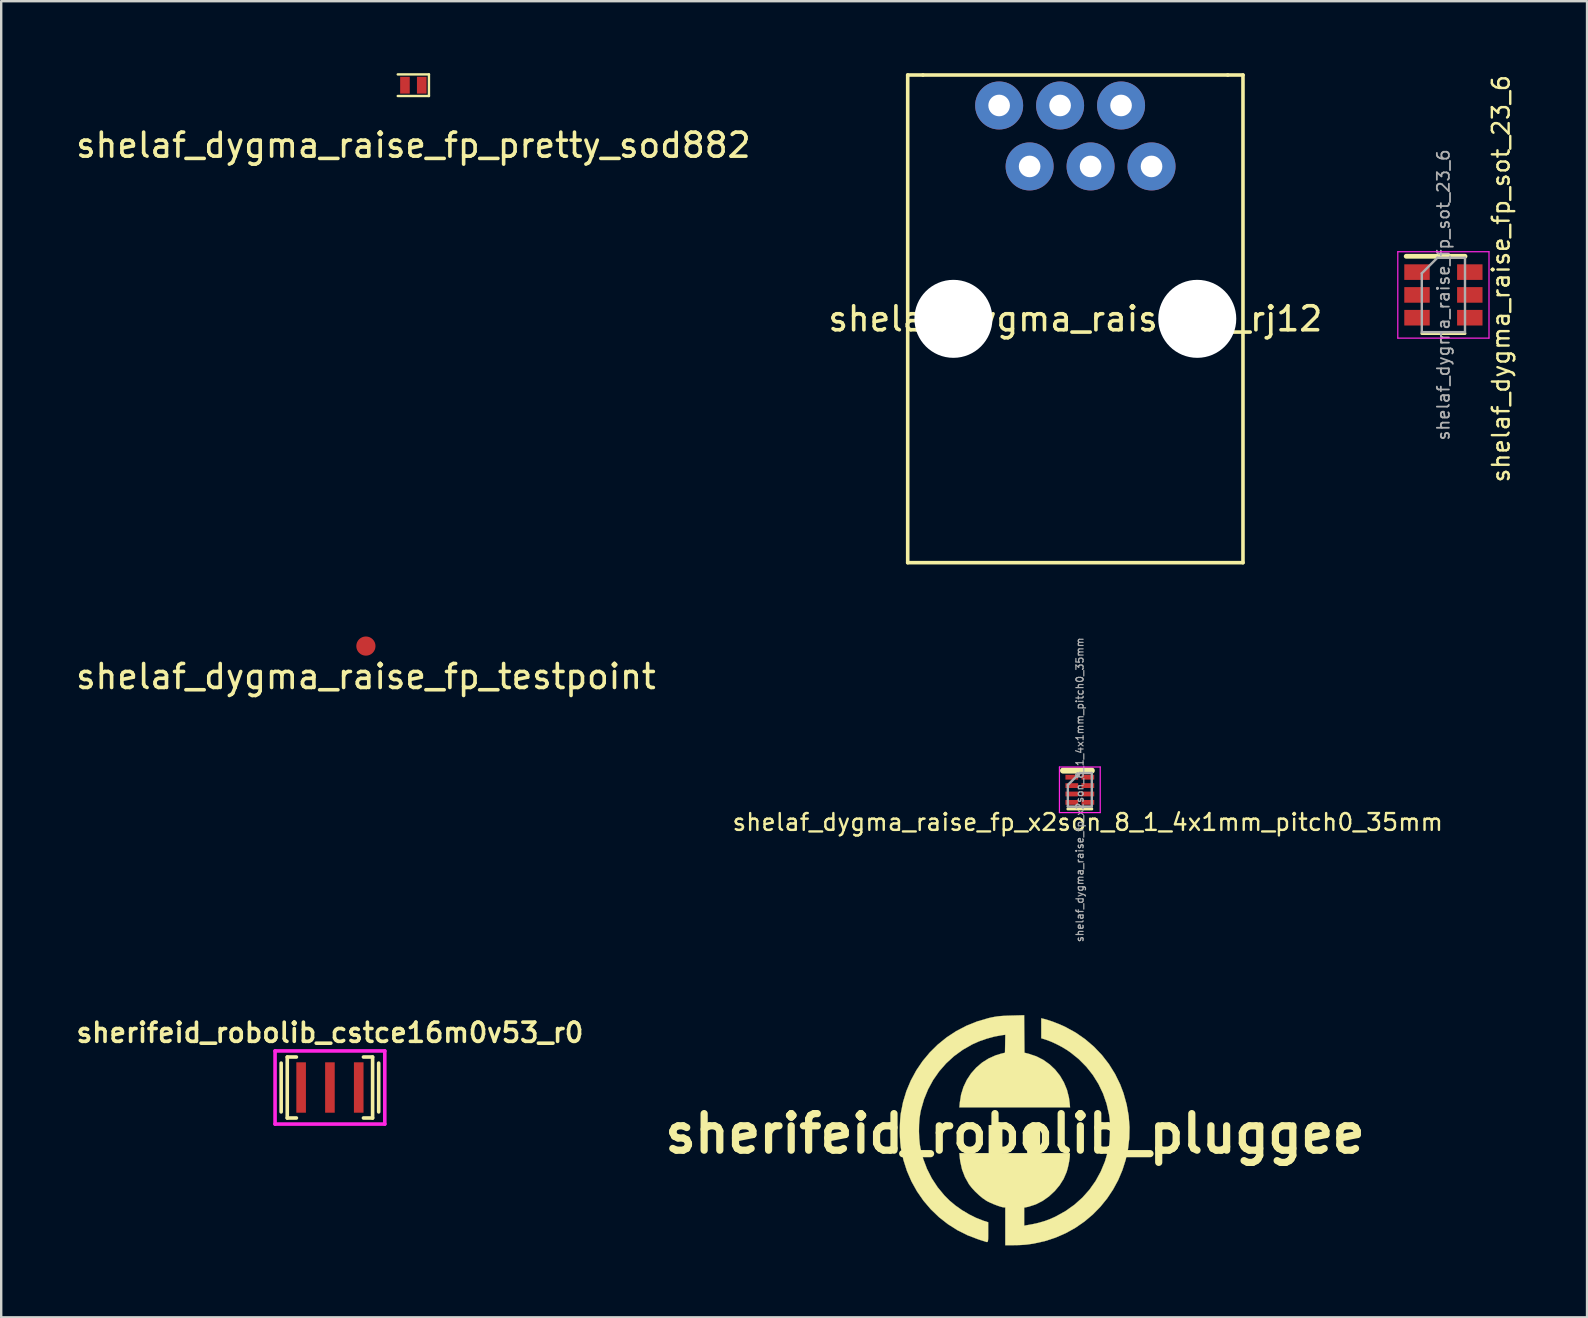
<source format=kicad_pcb>
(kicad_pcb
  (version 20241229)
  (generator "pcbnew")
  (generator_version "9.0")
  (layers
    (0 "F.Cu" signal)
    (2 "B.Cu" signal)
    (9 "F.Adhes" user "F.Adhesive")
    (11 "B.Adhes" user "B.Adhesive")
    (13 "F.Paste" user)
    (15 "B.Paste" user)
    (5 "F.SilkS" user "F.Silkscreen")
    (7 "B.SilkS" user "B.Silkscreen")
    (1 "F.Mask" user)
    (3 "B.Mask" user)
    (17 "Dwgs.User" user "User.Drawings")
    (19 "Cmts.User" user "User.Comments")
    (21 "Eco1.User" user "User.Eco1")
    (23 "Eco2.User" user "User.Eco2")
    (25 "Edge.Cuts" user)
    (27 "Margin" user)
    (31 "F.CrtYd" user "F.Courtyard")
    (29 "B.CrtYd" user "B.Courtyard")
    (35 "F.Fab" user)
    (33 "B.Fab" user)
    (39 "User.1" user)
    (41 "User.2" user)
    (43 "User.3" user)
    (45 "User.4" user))
  (footprint "sherifeid_robolib_cstce16m0v53_r0"
    (layer "F.Cu")
    (at 10.697 42.263)
    (property "Reference" "sherifeid_robolib_cstce16m0v53_r0" (at 0 -2.286 0) (layer "F.SilkS") (effects (font (size 0.8 0.8) (thickness 0.15))))
    (attr smd)
    (fp_line (start -2.032 -1.016) (end -2.032 1.016) (stroke (width 0.15) (type solid)) (layer "F.SilkS"))
    (fp_line (start -1.778 -1.27) (end -1.397 -1.27) (stroke (width 0.15) (type solid)) (layer "F.SilkS"))
    (fp_line (start -1.778 1.27) (end -1.778 -1.27) (stroke (width 0.15) (type solid)) (layer "F.SilkS"))
    (fp_line (start -1.397 1.27) (end -1.778 1.27) (stroke (width 0.15) (type solid)) (layer "F.SilkS"))
    (fp_line (start 1.397 -1.27) (end 1.778 -1.27) (stroke (width 0.15) (type solid)) (layer "F.SilkS"))
    (fp_line (start 1.778 -1.27) (end 1.778 1.27) (stroke (width 0.15) (type solid)) (layer "F.SilkS"))
    (fp_line (start 1.778 1.27) (end 1.397 1.27) (stroke (width 0.15) (type solid)) (layer "F.SilkS"))
    (fp_line (start 2.032 -1.016) (end 2.032 1.016) (stroke (width 0.15) (type solid)) (layer "F.SilkS"))
    (fp_line (start -2.286 -1.524) (end -2.286 1.524) (stroke (width 0.15) (type solid)) (layer "F.CrtYd"))
    (fp_line (start -2.286 1.524) (end 2.286 1.524) (stroke (width 0.15) (type solid)) (layer "F.CrtYd"))
    (fp_line (start 2.286 -1.524) (end -2.286 -1.524) (stroke (width 0.15) (type solid)) (layer "F.CrtYd"))
    (fp_line (start 2.286 1.524) (end 2.286 -1.524) (stroke (width 0.15) (type solid)) (layer "F.CrtYd"))
    (pad "1" smd rect (at -1.2 0) (size 0.4 2.1) (layers "F.Cu" "F.Mask" "F.Paste"))
    (pad "2" smd rect (at 0 0) (size 0.4 2.1) (layers "F.Cu" "F.Mask" "F.Paste"))
    (pad "3" smd rect (at 1.2 0) (size 0.4 2.1) (layers "F.Cu" "F.Mask" "F.Paste")))
  (footprint "sherifeid_robolib_pluggee"
    (layer "F.Cu")
    (at 39.243 44.185)
    (property "Reference" "sherifeid_robolib_pluggee" (at 0 0 0) (layer "F.SilkS") (effects (font (size 1.524 1.524) (thickness 0.3))))
    (attr through_hole)
    (fp_poly (pts (xy 0.387 -4.153) (xy 0.394 -3.372) (xy 0.576 -3.326) (xy 0.888 -3.221) (xy 1.177 -3.074) (xy 1.44 -2.887) (xy 1.673 -2.666) (xy 1.874 -2.413) (xy 2.038 -2.132) (xy 2.163 -1.829) (xy 2.246 -1.505) (xy 2.275 -1.289) (xy 2.293 -1.092) (xy -2.318 -1.092) (xy -2.3 -1.298) (xy -2.247 -1.63) (xy -2.149 -1.944) (xy -2.009 -2.239) (xy -1.831 -2.509) (xy -1.618 -2.75) (xy -1.373 -2.96) (xy -1.1 -3.132) (xy -0.802 -3.265) (xy -0.601 -3.326) (xy -0.419 -3.372) (xy -0.405 -4.12) (xy -0.539 -4.103) (xy -0.853 -4.046) (xy -1.181 -3.957) (xy -1.505 -3.843) (xy -1.791 -3.715) (xy -2.183 -3.49) (xy -2.543 -3.227) (xy -2.869 -2.929) (xy -3.159 -2.597) (xy -3.411 -2.236) (xy -3.623 -1.846) (xy -3.792 -1.433) (xy -3.917 -0.997) (xy -3.942 -0.882) (xy -3.978 -0.646) (xy -3.998 -0.378) (xy -4.003 -0.096) (xy -3.993 0.183) (xy -3.968 0.443) (xy -3.942 0.603) (xy -3.829 1.043) (xy -3.67 1.464) (xy -3.468 1.863) (xy -3.224 2.235) (xy -2.94 2.578) (xy -2.736 2.783) (xy -2.492 2.988) (xy -2.217 3.183) (xy -1.923 3.359) (xy -1.625 3.508) (xy -1.337 3.622) (xy -1.302 3.634) (xy -1.118 3.693) (xy -1.118 4.107) (xy -1.118 4.264) (xy -1.12 4.377) (xy -1.126 4.452) (xy -1.136 4.496) (xy -1.153 4.515) (xy -1.177 4.517) (xy -1.206 4.509) (xy -1.239 4.498) (xy -1.31 4.475) (xy -1.409 4.444) (xy -1.524 4.407) (xy -1.975 4.236) (xy -2.401 4.023) (xy -2.801 3.769) (xy -3.171 3.478) (xy -3.51 3.152) (xy -3.815 2.794) (xy -4.083 2.407) (xy -4.314 1.994) (xy -4.503 1.557) (xy -4.65 1.099) (xy -4.751 0.623) (xy -4.761 0.556) (xy -4.782 0.365) (xy -4.795 0.14) (xy -4.8 -0.103) (xy -4.797 -0.348) (xy -4.786 -0.58) (xy -4.768 -0.783) (xy -4.761 -0.835) (xy -4.666 -1.315) (xy -4.526 -1.776) (xy -4.341 -2.216) (xy -4.116 -2.632) (xy -3.852 -3.022) (xy -3.551 -3.383) (xy -3.217 -3.713) (xy -2.85 -4.01) (xy -2.453 -4.271) (xy -2.03 -4.493) (xy -1.581 -4.674) (xy -1.11 -4.812) (xy -0.979 -4.842) (xy -0.854 -4.866) (xy -0.735 -4.885) (xy -0.609 -4.898) (xy -0.465 -4.908) (xy -0.29 -4.916) (xy -0.146 -4.92) (xy 0.38 -4.934) (xy 0.387 -4.153)) (stroke (width 0.01) (type solid)) (fill yes) (layer "F.SilkS"))
    (fp_poly (pts (xy 1.175 -4.788) (xy 1.3 -4.755) (xy 1.457 -4.705) (xy 1.633 -4.642) (xy 1.815 -4.571) (xy 1.99 -4.496) (xy 2.097 -4.446) (xy 2.525 -4.211) (xy 2.923 -3.935) (xy 3.288 -3.623) (xy 3.619 -3.276) (xy 3.913 -2.897) (xy 4.167 -2.489) (xy 4.38 -2.055) (xy 4.519 -1.688) (xy 4.651 -1.214) (xy 4.735 -0.741) (xy 4.771 -0.272) (xy 4.761 0.192) (xy 4.707 0.647) (xy 4.611 1.091) (xy 4.474 1.521) (xy 4.299 1.935) (xy 4.085 2.329) (xy 3.837 2.702) (xy 3.554 3.05) (xy 3.239 3.371) (xy 2.893 3.663) (xy 2.518 3.922) (xy 2.116 4.146) (xy 1.688 4.333) (xy 1.237 4.48) (xy 0.763 4.584) (xy 0.495 4.622) (xy 0.376 4.632) (xy 0.227 4.641) (xy 0.067 4.646) (xy -0.07 4.648) (xy -0.406 4.648) (xy -0.406 3.073) (xy -0.464 3.073) (xy -0.532 3.062) (xy -0.633 3.034) (xy -0.756 2.991) (xy -0.889 2.94) (xy -1.019 2.884) (xy -1.134 2.829) (xy -1.197 2.794) (xy -1.343 2.694) (xy -1.501 2.563) (xy -1.658 2.415) (xy -1.799 2.262) (xy -1.911 2.119) (xy -1.92 2.105) (xy -2.086 1.81) (xy -2.207 1.494) (xy -2.283 1.156) (xy -2.302 0.998) (xy -2.318 0.813) (xy -1.092 0.813) (xy -1.092 -0.356) (xy -0.533 -0.356) (xy -0.533 0.813) (xy 0.508 0.813) (xy 0.508 -0.356) (xy 1.041 -0.356) (xy 1.041 0.813) (xy 2.286 0.813) (xy 2.286 0.898) (xy 2.279 1.002) (xy 2.259 1.138) (xy 2.23 1.289) (xy 2.195 1.439) (xy 2.157 1.572) (xy 2.145 1.608) (xy 2.023 1.889) (xy 1.856 2.153) (xy 1.655 2.392) (xy 1.409 2.62) (xy 1.144 2.806) (xy 0.864 2.948) (xy 0.575 3.042) (xy 0.527 3.053) (xy 0.381 3.084) (xy 0.381 3.834) (xy 0.451 3.823) (xy 0.738 3.771) (xy 0.988 3.715) (xy 1.212 3.65) (xy 1.426 3.573) (xy 1.64 3.479) (xy 1.714 3.443) (xy 2.113 3.22) (xy 2.478 2.96) (xy 2.808 2.664) (xy 3.101 2.335) (xy 3.356 1.974) (xy 3.571 1.582) (xy 3.745 1.163) (xy 3.878 0.716) (xy 3.888 0.673) (xy 3.911 0.553) (xy 3.929 0.417) (xy 3.942 0.254) (xy 3.952 0.055) (xy 3.954 -0.025) (xy 3.959 -0.207) (xy 3.96 -0.352) (xy 3.956 -0.473) (xy 3.947 -0.582) (xy 3.933 -0.694) (xy 3.915 -0.81) (xy 3.814 -1.249) (xy 3.668 -1.67) (xy 3.477 -2.068) (xy 3.244 -2.442) (xy 2.971 -2.787) (xy 2.659 -3.102) (xy 2.311 -3.383) (xy 2.153 -3.491) (xy 1.945 -3.616) (xy 1.72 -3.733) (xy 1.497 -3.835) (xy 1.292 -3.912) (xy 1.277 -3.917) (xy 1.093 -3.975) (xy 1.093 -4.39) (xy 1.092 -4.805) (xy 1.175 -4.788)) (stroke (width 0.01) (type solid)) (fill yes) (layer "F.SilkS")))
  (footprint "shelaf_dygma_raise_fp_pretty_sod882"
    (layer "F.Cu")
    (at 14.173 0.5)
    (property "Reference" "shelaf_dygma_raise_fp_pretty_sod882" (at 0 2.5 0) (layer "F.SilkS") (effects (font (size 1 1) (thickness 0.15))))
    (attr through_hole)
    (fp_line (start -0.65 -0.45) (end 0.65 -0.45) (stroke (width 0.1) (type solid)) (layer "F.SilkS"))
    (fp_line (start 0.65 -0.45) (end 0.65 0.45) (stroke (width 0.1) (type solid)) (layer "F.SilkS"))
    (fp_line (start 0.65 0.45) (end -0.65 0.45) (stroke (width 0.1) (type solid)) (layer "F.SilkS"))
    (pad "1" smd rect (at -0.35 0) (size 0.4 0.7) (layers "F.Cu" "F.Mask" "F.Paste"))
    (pad "2" smd rect (at 0.35 0) (size 0.4 0.7) (layers "F.Cu" "F.Mask" "F.Paste")))
  (footprint "shelaf_dygma_raise_fp_testpoint"
    (layer "F.Cu")
    (at 12.196 23.87)
    (property "Reference" "shelaf_dygma_raise_fp_testpoint" (at 0 1.27 0) (layer "F.SilkS") (effects (font (size 1 1) (thickness 0.15))))
    (attr through_hole)
    (pad "1" smd circle (at 0 0) (size 0.8 0.8) (layers "F.Cu" "F.Mask")))
  (footprint "shelaf_dygma_raise_fp_x2son_8_1_4x1mm_pitch0_35mm"
    (layer "F.Cu")
    (at 41.943 29.858)
    (property "Reference" "shelaf_dygma_raise_fp_x2son_8_1_4x1mm_pitch0_35mm" (at 0.33 1.35 180) (layer "F.SilkS") (effects (font (size 0.7 0.7) (thickness 0.1))))
    (attr smd)
    (fp_line (start 0.5 -0.8) (end -0.7 -0.8) (stroke (width 0.25) (type solid)) (layer "F.SilkS"))
    (fp_line (start 0.5 0.8) (end -0.5 0.8) (stroke (width 0.12) (type solid)) (layer "F.SilkS"))
    (fp_line (start -0.85 -0.95) (end 0.85 -0.95) (stroke (width 0.05) (type solid)) (layer "F.CrtYd"))
    (fp_line (start -0.85 0.95) (end -0.85 -0.95) (stroke (width 0.05) (type solid)) (layer "F.CrtYd"))
    (fp_line (start 0.85 -0.95) (end 0.85 0.95) (stroke (width 0.05) (type solid)) (layer "F.CrtYd"))
    (fp_line (start 0.85 0.95) (end -0.85 0.95) (stroke (width 0.05) (type solid)) (layer "F.CrtYd"))
    (fp_line (start -0.5 0.7) (end -0.5 -0.2) (stroke (width 0.1) (type solid)) (layer "F.Fab"))
    (fp_line (start 0 -0.7) (end -0.5 -0.2) (stroke (width 0.1) (type solid)) (layer "F.Fab"))
    (fp_line (start 0 -0.7) (end 0.5 -0.7) (stroke (width 0.1) (type solid)) (layer "F.Fab"))
    (fp_line (start 0.5 -0.7) (end 0.5 0.7) (stroke (width 0.1) (type solid)) (layer "F.Fab"))
    (fp_line (start 0.5 0.7) (end -0.5 0.7) (stroke (width 0.1) (type solid)) (layer "F.Fab"))
    (fp_text user "${REFERENCE}" (at 0 0 90) (layer "F.Fab") (effects (font (size 0.3 0.3) (thickness 0.05))))
    (pad "1" smd rect (at -0.335 -0.525 270) (size 0.2 0.53) (layers "F.Cu" "F.Mask" "F.Paste"))
    (pad "2" smd rect (at -0.335 -0.175 270) (size 0.2 0.53) (layers "F.Cu" "F.Mask" "F.Paste"))
    (pad "3" smd rect (at -0.335 0.175 270) (size 0.2 0.53) (layers "F.Cu" "F.Mask" "F.Paste"))
    (pad "4" smd rect (at -0.335 0.525 270) (size 0.2 0.53) (layers "F.Cu" "F.Mask" "F.Paste"))
    (pad "5" smd rect (at 0.335 0.525 270) (size 0.2 0.53) (layers "F.Cu" "F.Mask" "F.Paste"))
    (pad "6" smd rect (at 0.335 0.175 270) (size 0.2 0.53) (layers "F.Cu" "F.Mask" "F.Paste"))
    (pad "7" smd rect (at 0.335 -0.175 270) (size 0.2 0.53) (layers "F.Cu" "F.Mask" "F.Paste"))
    (pad "8" smd rect (at 0.335 -0.525 270) (size 0.2 0.53) (layers "F.Cu" "F.Mask" "F.Paste")))
  (footprint "shelaf_dygma_raise_fp_sot_23_6"
    (layer "F.Cu")
    (at 57.092 9.238)
    (property "Reference" "shelaf_dygma_raise_fp_sot_23_6" (at 2.4 -0.675 270) (layer "F.SilkS") (effects (font (size 0.7 0.7) (thickness 0.1))))
    (attr smd)
    (fp_line (start -0.9 1.61) (end 0.9 1.61) (stroke (width 0.12) (type solid)) (layer "F.SilkS"))
    (fp_line (start 0.9 -1.61) (end -1.55 -1.61) (stroke (width 0.2) (type solid)) (layer "F.SilkS"))
    (fp_line (start -1.9 -1.8) (end -1.9 1.8) (stroke (width 0.05) (type solid)) (layer "F.CrtYd"))
    (fp_line (start -1.9 1.8) (end 1.9 1.8) (stroke (width 0.05) (type solid)) (layer "F.CrtYd"))
    (fp_line (start 1.9 -1.8) (end -1.9 -1.8) (stroke (width 0.05) (type solid)) (layer "F.CrtYd"))
    (fp_line (start 1.9 1.8) (end 1.9 -1.8) (stroke (width 0.05) (type solid)) (layer "F.CrtYd"))
    (fp_line (start -0.9 -0.9) (end -0.9 1.55) (stroke (width 0.1) (type solid)) (layer "F.Fab"))
    (fp_line (start -0.9 -0.9) (end -0.25 -1.55) (stroke (width 0.1) (type solid)) (layer "F.Fab"))
    (fp_line (start 0.9 -1.55) (end -0.25 -1.55) (stroke (width 0.1) (type solid)) (layer "F.Fab"))
    (fp_line (start 0.9 -1.55) (end 0.9 1.55) (stroke (width 0.1) (type solid)) (layer "F.Fab"))
    (fp_line (start 0.9 1.55) (end -0.9 1.55) (stroke (width 0.1) (type solid)) (layer "F.Fab"))
    (fp_text user "${REFERENCE}" (at 0 0 90) (layer "F.Fab") (effects (font (size 0.5 0.5) (thickness 0.075))))
    (pad "1" smd rect (at -1.1 -0.95) (size 1.06 0.65) (layers "F.Cu" "F.Mask" "F.Paste"))
    (pad "2" smd rect (at -1.1 0) (size 1.06 0.65) (layers "F.Cu" "F.Mask" "F.Paste"))
    (pad "3" smd rect (at -1.1 0.95) (size 1.06 0.65) (layers "F.Cu" "F.Mask" "F.Paste"))
    (pad "4" smd rect (at 1.1 0.95) (size 1.06 0.65) (layers "F.Cu" "F.Mask" "F.Paste"))
    (pad "5" smd rect (at 1.1 0) (size 1.06 0.65) (layers "F.Cu" "F.Mask" "F.Paste"))
    (pad "6" smd rect (at 1.1 -0.95) (size 1.06 0.65) (layers "F.Cu" "F.Mask" "F.Paste")))
  (footprint "shelaf_dygma_raise_fp_rj12"
    (layer "F.Cu")
    (at 41.756 10.235)
    (property "Reference" "shelaf_dygma_raise_fp_rj12" (at 0 0 0) (layer "F.SilkS") (effects (font (size 1 1) (thickness 0.15))))
    (attr through_hole)
    (fp_line (start -6.985 -10.16) (end -6.35 -10.16) (stroke (width 0.15) (type solid)) (layer "F.SilkS"))
    (fp_line (start -6.985 10.16) (end -6.985 -10.16) (stroke (width 0.15) (type solid)) (layer "F.SilkS"))
    (fp_line (start -6.35 -10.16) (end 6.35 -10.16) (stroke (width 0.15) (type solid)) (layer "F.SilkS"))
    (fp_line (start 6.35 -10.16) (end 6.985 -10.16) (stroke (width 0.15) (type solid)) (layer "F.SilkS"))
    (fp_line (start 6.985 -10.16) (end 6.985 10.16) (stroke (width 0.15) (type solid)) (layer "F.SilkS"))
    (fp_line (start 6.985 10.16) (end -6.985 10.16) (stroke (width 0.15) (type solid)) (layer "F.SilkS"))
    (pad "" np_thru_hole circle (at -5.08 0) (size 3.25 3.25) (drill 3.25) (layers "*.Cu" "*.Mask"))
    (pad "" np_thru_hole circle (at 5.08 0) (size 3.25 3.25) (drill 3.25) (layers "*.Cu" "*.Mask"))
    (pad "1" thru_hole circle (at 3.175 -6.35) (size 2 2) (drill 0.9) (layers "*.Cu" "*.Mask"))
    (pad "2" thru_hole circle (at 1.905 -8.89) (size 2 2) (drill 0.9) (layers "*.Cu" "*.Mask"))
    (pad "3" thru_hole circle (at 0.635 -6.35) (size 2 2) (drill 0.9) (layers "*.Cu" "*.Mask"))
    (pad "4" thru_hole circle (at -0.635 -8.89) (size 2 2) (drill 0.9) (layers "*.Cu" "*.Mask"))
    (pad "5" thru_hole circle (at -1.905 -6.35) (size 2 2) (drill 0.9) (layers "*.Cu" "*.Mask"))
    (pad "6" thru_hole circle (at -3.175 -8.89) (size 2 2) (drill 0.9) (layers "*.Cu" "*.Mask")))
  (gr_rect
    (start -3 -3)
    (end 63.077 51.838)
    (stroke (width 0.1) (type default))
    (fill no)
    (layer "Edge.Cuts")))
</source>
